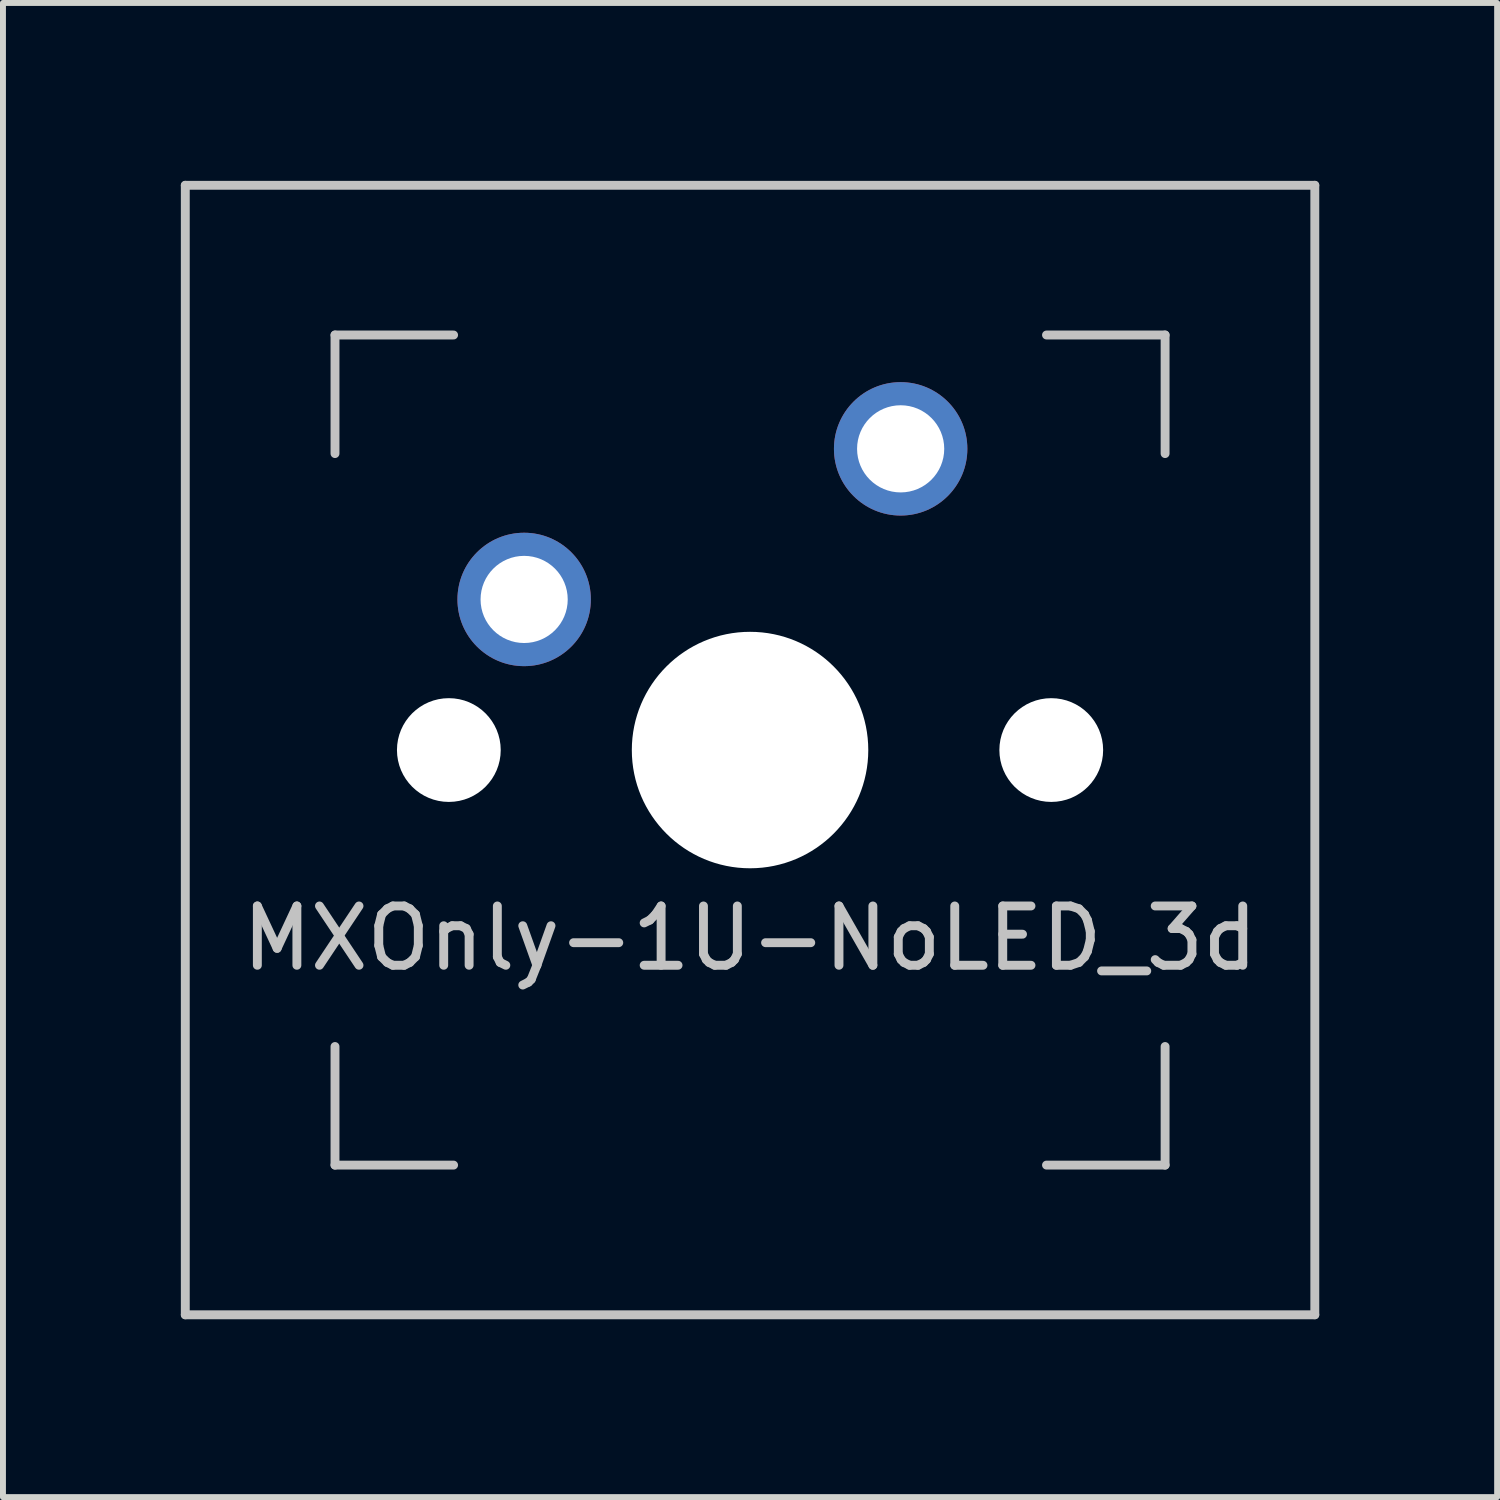
<source format=kicad_pcb>
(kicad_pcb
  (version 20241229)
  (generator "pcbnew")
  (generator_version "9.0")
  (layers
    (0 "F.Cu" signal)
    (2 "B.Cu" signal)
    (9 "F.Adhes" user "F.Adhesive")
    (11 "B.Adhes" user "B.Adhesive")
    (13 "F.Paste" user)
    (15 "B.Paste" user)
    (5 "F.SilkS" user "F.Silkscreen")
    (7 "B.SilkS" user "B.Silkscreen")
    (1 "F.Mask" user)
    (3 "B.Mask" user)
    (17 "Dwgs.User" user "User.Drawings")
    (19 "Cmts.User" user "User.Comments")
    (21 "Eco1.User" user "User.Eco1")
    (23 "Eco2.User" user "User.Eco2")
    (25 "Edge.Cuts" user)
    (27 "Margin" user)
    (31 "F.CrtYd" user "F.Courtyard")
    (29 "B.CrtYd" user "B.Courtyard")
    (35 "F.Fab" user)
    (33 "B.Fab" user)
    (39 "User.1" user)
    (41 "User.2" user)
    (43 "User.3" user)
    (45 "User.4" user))
  (footprint "MXOnly-1U-NoLED_3d"
    (layer "F.Cu")
    (at 9.6 9.6)
    (property "Reference" "MXOnly-1U-NoLED_3d" (at 0 3.175 0) (layer "Dwgs.User") (effects (font (size 1 1) (thickness 0.15))))
    (attr through_hole)
    (fp_line (start -9.525 -9.525) (end 9.525 -9.525) (stroke (width 0.15) (type solid)) (layer "Dwgs.User"))
    (fp_line (start -9.525 9.525) (end -9.525 -9.525) (stroke (width 0.15) (type solid)) (layer "Dwgs.User"))
    (fp_line (start -7 -7) (end -7 -5) (stroke (width 0.15) (type solid)) (layer "Dwgs.User"))
    (fp_line (start -7 5) (end -7 7) (stroke (width 0.15) (type solid)) (layer "Dwgs.User"))
    (fp_line (start -7 7) (end -5 7) (stroke (width 0.15) (type solid)) (layer "Dwgs.User"))
    (fp_line (start -5 -7) (end -7 -7) (stroke (width 0.15) (type solid)) (layer "Dwgs.User"))
    (fp_line (start 5 -7) (end 7 -7) (stroke (width 0.15) (type solid)) (layer "Dwgs.User"))
    (fp_line (start 5 7) (end 7 7) (stroke (width 0.15) (type solid)) (layer "Dwgs.User"))
    (fp_line (start 7 -7) (end 7 -5) (stroke (width 0.15) (type solid)) (layer "Dwgs.User"))
    (fp_line (start 7 7) (end 7 5) (stroke (width 0.15) (type solid)) (layer "Dwgs.User"))
    (fp_line (start 9.525 -9.525) (end 9.525 9.525) (stroke (width 0.15) (type solid)) (layer "Dwgs.User"))
    (fp_line (start 9.525 9.525) (end -9.525 9.525) (stroke (width 0.15) (type solid)) (layer "Dwgs.User"))
    (pad "" np_thru_hole circle (at -5.08 0 48.1) (size 1.75 1.75) (drill 1.75) (layers "*.Cu" "*.Mask"))
    (pad "" np_thru_hole circle (at 0 0) (size 3.988 3.988) (drill 3.988) (layers "*.Cu" "*.Mask"))
    (pad "" np_thru_hole circle (at 5.08 0 48.1) (size 1.75 1.75) (drill 1.75) (layers "*.Cu" "*.Mask"))
    (pad "1" thru_hole circle (at -3.81 -2.54) (size 2.25 2.25) (drill 1.47) (layers "*.Cu" "B.Mask"))
    (pad "2" thru_hole circle (at 2.54 -5.08) (size 2.25 2.25) (drill 1.47) (layers "*.Cu" "B.Mask")))
  (gr_rect
    (start -3 -3)
    (end 22.2 22.2)
    (stroke (width 0.1) (type default))
    (fill no)
    (layer "Edge.Cuts")))
</source>
